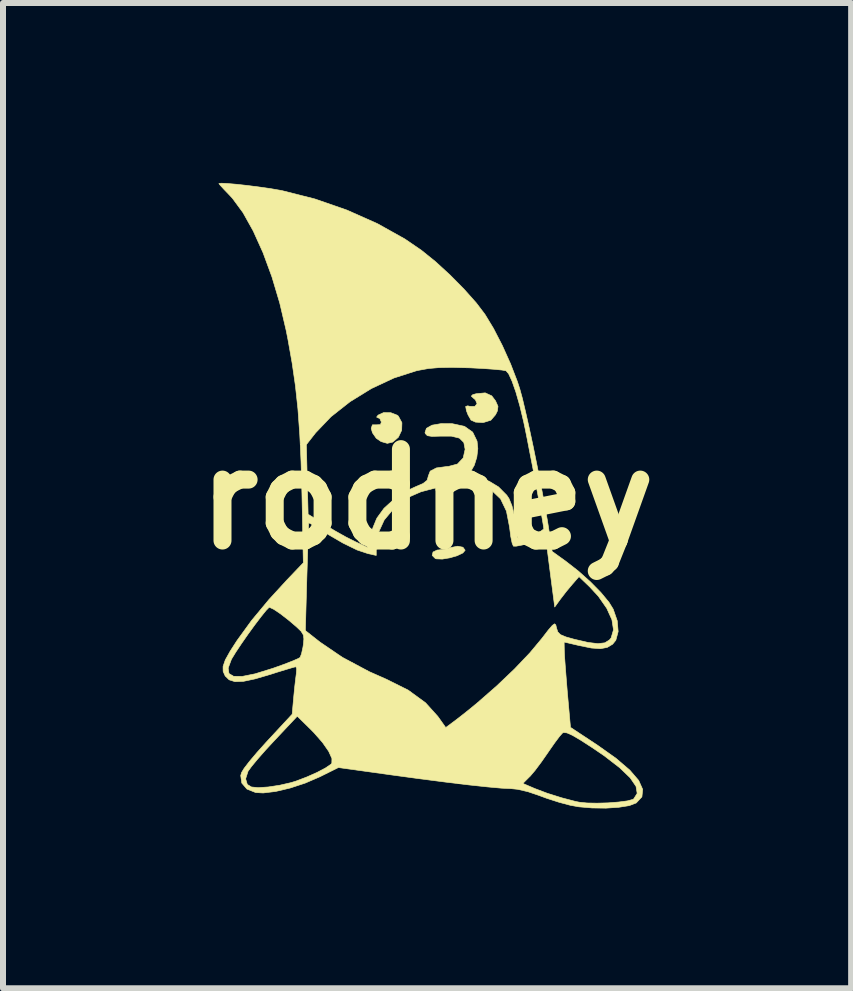
<source format=kicad_pcb>
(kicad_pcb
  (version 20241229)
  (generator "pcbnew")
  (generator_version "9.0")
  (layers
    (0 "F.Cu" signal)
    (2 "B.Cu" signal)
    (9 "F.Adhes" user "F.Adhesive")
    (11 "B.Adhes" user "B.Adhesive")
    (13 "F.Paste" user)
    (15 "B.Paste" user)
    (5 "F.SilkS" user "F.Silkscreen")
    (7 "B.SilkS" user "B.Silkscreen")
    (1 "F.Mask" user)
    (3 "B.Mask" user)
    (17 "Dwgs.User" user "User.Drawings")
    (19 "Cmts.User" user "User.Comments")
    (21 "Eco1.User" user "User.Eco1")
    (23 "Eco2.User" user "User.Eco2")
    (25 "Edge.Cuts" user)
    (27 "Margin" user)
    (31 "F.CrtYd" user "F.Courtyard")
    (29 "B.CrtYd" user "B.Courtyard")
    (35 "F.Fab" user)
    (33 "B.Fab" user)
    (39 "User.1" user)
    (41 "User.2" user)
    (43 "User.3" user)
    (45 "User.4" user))
  (footprint "rodney"
    (layer "F.Cu")
    (at 4.071 5.274)
    (property "Reference" "rodney" (at 0 0 0) (layer "F.SilkS") (effects (font (size 1.524 1.524) (thickness 0.3))))
    (attr through_hole)
    (fp_poly (pts (xy 0.598 0.801) (xy 0.635 0.851) (xy 0.635 0.852) (xy 0.597 0.897) (xy 0.503 0.942) (xy 0.38 0.978) (xy 0.255 0.999) (xy 0.156 0.995) (xy 0.138 0.99) (xy 0.086 0.938) (xy 0.1 0.881) (xy 0.169 0.848) (xy 0.188 0.847) (xy 0.31 0.831) (xy 0.399 0.806) (xy 0.51 0.784) (xy 0.598 0.801)) (stroke (width 0.01) (type solid)) (fill yes) (layer "F.SilkS"))
    (fp_poly (pts (xy -0.603 -1.442) (xy -0.496 -1.4) (xy -0.478 -1.385) (xy -0.419 -1.275) (xy -0.423 -1.149) (xy -0.478 -1.033) (xy -0.572 -0.952) (xy -0.663 -0.931) (xy -0.767 -0.961) (xy -0.847 -1.016) (xy -0.91 -1.107) (xy -0.931 -1.181) (xy -0.911 -1.24) (xy -0.847 -1.24) (xy -0.777 -1.243) (xy -0.762 -1.286) (xy -0.788 -1.346) (xy -0.813 -1.355) (xy -0.841 -1.369) (xy -0.816 -1.402) (xy -0.724 -1.444) (xy -0.603 -1.442)) (stroke (width 0.01) (type solid)) (fill yes) (layer "F.SilkS"))
    (fp_poly (pts (xy 1.079 -1.723) (xy 1.142 -1.64) (xy 1.183 -1.548) (xy 1.174 -1.473) (xy 1.142 -1.408) (xy 1.064 -1.317) (xy 0.945 -1.28) (xy 0.926 -1.278) (xy 0.808 -1.285) (xy 0.733 -1.319) (xy 0.732 -1.321) (xy 0.684 -1.405) (xy 0.657 -1.475) (xy 0.644 -1.546) (xy 0.679 -1.557) (xy 0.712 -1.548) (xy 0.797 -1.547) (xy 0.834 -1.592) (xy 0.806 -1.658) (xy 0.784 -1.676) (xy 0.738 -1.718) (xy 0.761 -1.742) (xy 0.817 -1.758) (xy 0.97 -1.773) (xy 1.079 -1.723)) (stroke (width 0.01) (type solid)) (fill yes) (layer "F.SilkS"))
    (fp_poly (pts (xy -3.328 -5.264) (xy -3.176 -5.251) (xy -2.995 -5.231) (xy -2.802 -5.206) (xy -2.616 -5.18) (xy -2.455 -5.152) (xy -2.413 -5.144) (xy -1.872 -5.007) (xy -1.336 -4.821) (xy -0.828 -4.595) (xy -0.368 -4.338) (xy -0.092 -4.149) (xy 0.141 -3.961) (xy 0.384 -3.738) (xy 0.618 -3.501) (xy 0.822 -3.272) (xy 0.966 -3.082) (xy 1.108 -2.848) (xy 1.255 -2.563) (xy 1.393 -2.256) (xy 1.507 -1.96) (xy 1.546 -1.841) (xy 1.589 -1.684) (xy 1.642 -1.46) (xy 1.704 -1.186) (xy 1.77 -0.879) (xy 1.836 -0.554) (xy 1.9 -0.229) (xy 1.958 0.079) (xy 2.007 0.354) (xy 2.035 0.531) (xy 2.086 0.871) (xy 2.319 1.039) (xy 2.525 1.2) (xy 2.723 1.377) (xy 2.898 1.555) (xy 3.033 1.718) (xy 3.104 1.833) (xy 3.172 2.029) (xy 3.187 2.208) (xy 3.148 2.352) (xy 3.095 2.418) (xy 3.004 2.472) (xy 2.892 2.493) (xy 2.74 2.482) (xy 2.529 2.439) (xy 2.286 2.382) (xy 2.289 2.535) (xy 2.294 2.635) (xy 2.306 2.798) (xy 2.322 3.002) (xy 2.34 3.225) (xy 2.342 3.247) (xy 2.392 3.805) (xy 2.842 4.102) (xy 3.152 4.322) (xy 3.381 4.518) (xy 3.529 4.69) (xy 3.596 4.839) (xy 3.583 4.964) (xy 3.488 5.066) (xy 3.487 5.066) (xy 3.372 5.11) (xy 3.196 5.138) (xy 2.983 5.152) (xy 2.753 5.149) (xy 2.531 5.13) (xy 2.388 5.104) (xy 2.204 5.055) (xy 1.996 4.988) (xy 1.855 4.936) (xy 1.683 4.878) (xy 1.511 4.838) (xy 1.394 4.826) (xy 1.241 4.819) (xy 1.008 4.798) (xy 0.699 4.765) (xy 0.495 4.74) (xy 1.598 4.74) (xy 1.796 4.825) (xy 2.005 4.904) (xy 2.247 4.98) (xy 2.475 5.04) (xy 2.54 5.053) (xy 2.668 5.066) (xy 2.835 5.069) (xy 3.019 5.064) (xy 3.196 5.05) (xy 3.341 5.031) (xy 3.433 5.006) (xy 3.446 4.998) (xy 3.504 4.906) (xy 3.485 4.789) (xy 3.387 4.646) (xy 3.211 4.477) (xy 2.956 4.28) (xy 2.758 4.145) (xy 2.563 4.019) (xy 2.425 3.938) (xy 2.333 3.897) (xy 2.277 3.891) (xy 2.258 3.9) (xy 2.208 3.957) (xy 2.128 4.064) (xy 2.033 4.2) (xy 2.012 4.231) (xy 1.906 4.383) (xy 1.802 4.522) (xy 1.719 4.62) (xy 1.711 4.627) (xy 1.598 4.74) (xy 0.495 4.74) (xy 0.318 4.719) (xy -0.131 4.661) (xy -0.646 4.591) (xy -0.665 4.588) (xy -1.478 4.475) (xy -1.788 4.629) (xy -2.031 4.734) (xy -2.284 4.817) (xy -2.525 4.874) (xy -2.732 4.899) (xy -2.858 4.892) (xy -3.003 4.834) (xy -3.089 4.734) (xy -3.099 4.663) (xy -3.025 4.663) (xy -2.997 4.757) (xy -2.928 4.799) (xy -2.814 4.81) (xy -2.648 4.799) (xy -2.457 4.77) (xy -2.27 4.727) (xy -2.185 4.701) (xy -2.004 4.632) (xy -1.833 4.556) (xy -1.693 4.482) (xy -1.605 4.422) (xy -1.588 4.404) (xy -1.586 4.325) (xy -1.64 4.205) (xy -1.743 4.057) (xy -1.885 3.895) (xy -1.929 3.85) (xy -2.164 3.619) (xy -2.543 4.022) (xy -2.692 4.183) (xy -2.824 4.333) (xy -2.925 4.455) (xy -2.982 4.533) (xy -2.985 4.538) (xy -3.025 4.663) (xy -3.099 4.663) (xy -3.107 4.609) (xy -3.093 4.559) (xy -3.05 4.488) (xy -2.96 4.371) (xy -2.835 4.223) (xy -2.688 4.059) (xy -2.65 4.018) (xy -2.249 3.586) (xy -2.224 3.307) (xy -2.208 3.142) (xy -2.191 2.995) (xy -2.18 2.91) (xy -2.174 2.827) (xy -2.187 2.794) (xy -2.237 2.806) (xy -2.347 2.839) (xy -2.501 2.886) (xy -2.61 2.921) (xy -2.869 2.997) (xy -3.063 3.038) (xy -3.203 3.043) (xy -3.3 3.012) (xy -3.366 2.948) (xy -3.4 2.872) (xy -3.401 2.816) (xy -3.316 2.816) (xy -3.303 2.907) (xy -3.226 2.953) (xy -3.081 2.955) (xy -2.867 2.912) (xy -2.583 2.824) (xy -2.567 2.819) (xy -2.391 2.756) (xy -2.244 2.699) (xy -2.147 2.657) (xy -2.117 2.639) (xy -2.093 2.578) (xy -2.069 2.467) (xy -2.062 2.421) (xy -2.054 2.331) (xy -2.062 2.265) (xy -2.1 2.203) (xy -2.112 2.191) (xy -2.029 2.191) (xy -1.785 2.383) (xy -1.412 2.637) (xy -0.964 2.876) (xy -0.677 3.003) (xy -0.314 3.184) (xy -0.025 3.395) (xy 0.179 3.621) (xy 0.312 3.808) (xy 0.463 3.696) (xy 0.576 3.609) (xy 0.72 3.494) (xy 0.846 3.39) (xy 1.164 3.112) (xy 1.459 2.831) (xy 1.715 2.562) (xy 1.915 2.322) (xy 2.022 2.183) (xy 2.089 2.105) (xy 2.127 2.078) (xy 2.147 2.096) (xy 2.159 2.147) (xy 2.18 2.213) (xy 2.225 2.259) (xy 2.316 2.297) (xy 2.455 2.336) (xy 2.685 2.389) (xy 2.85 2.409) (xy 2.965 2.395) (xy 3.042 2.347) (xy 3.07 2.312) (xy 3.109 2.178) (xy 3.083 2.01) (xy 2.997 1.82) (xy 2.857 1.619) (xy 2.71 1.46) (xy 2.534 1.291) (xy 2.421 1.421) (xy 2.32 1.542) (xy 2.226 1.664) (xy 2.218 1.675) (xy 2.129 1.798) (xy 2.054 1.223) (xy 1.98 0.647) (xy 1.727 0.726) (xy 1.589 0.764) (xy 1.485 0.784) (xy 1.44 0.783) (xy 1.419 0.734) (xy 1.396 0.623) (xy 1.377 0.475) (xy 1.376 0.466) (xy 1.324 0.199) (xy 1.226 -0.005) (xy 1.078 -0.146) (xy 0.876 -0.227) (xy 0.618 -0.251) (xy 0.298 -0.219) (xy 0.162 -0.193) (xy -0.102 -0.123) (xy -0.308 -0.033) (xy -0.484 0.09) (xy -0.543 0.142) (xy -0.714 0.347) (xy -0.817 0.571) (xy -0.847 0.764) (xy -0.847 0.938) (xy -0.984 0.908) (xy -1.167 0.847) (xy -1.402 0.732) (xy -1.682 0.569) (xy -1.735 0.535) (xy -1.854 0.461) (xy -1.94 0.41) (xy -1.973 0.395) (xy -1.975 0.437) (xy -1.98 0.552) (xy -1.986 0.726) (xy -1.993 0.948) (xy -2.001 1.205) (xy -2.004 1.297) (xy -2.029 2.191) (xy -2.112 2.191) (xy -2.18 2.126) (xy -2.312 2.014) (xy -2.317 2.01) (xy -2.448 1.909) (xy -2.555 1.837) (xy -2.623 1.805) (xy -2.635 1.805) (xy -2.684 1.855) (xy -2.767 1.958) (xy -2.872 2.096) (xy -2.986 2.253) (xy -3.096 2.411) (xy -3.19 2.552) (xy -3.256 2.66) (xy -3.265 2.678) (xy -3.316 2.816) (xy -3.401 2.816) (xy -3.401 2.788) (xy -3.364 2.68) (xy -3.283 2.535) (xy -3.169 2.358) (xy -2.926 2.023) (xy -2.636 1.674) (xy -2.334 1.345) (xy -2.063 1.061) (xy -2.086 -0.094) (xy -2.101 -0.623) (xy -2.114 -0.91) (xy -2.012 -0.91) (xy -1.998 -0.33) (xy -1.983 0.251) (xy -1.704 0.427) (xy -1.532 0.53) (xy -1.354 0.63) (xy -1.209 0.703) (xy -0.995 0.803) (xy -0.949 0.624) (xy -0.902 0.474) (xy -0.844 0.333) (xy -0.833 0.311) (xy -0.718 0.153) (xy -0.547 -0.003) (xy -0.346 -0.136) (xy -0.195 -0.206) (xy -0.065 -0.262) (xy 0.001 -0.315) (xy 0.02 -0.379) (xy 0.02 -0.384) (xy 0.053 -0.468) (xy 0.155 -0.521) (xy 0.331 -0.545) (xy 0.356 -0.546) (xy 0.507 -0.586) (xy 0.603 -0.688) (xy 0.635 -0.831) (xy 0.613 -0.946) (xy 0.54 -1.018) (xy 0.406 -1.051) (xy 0.22 -1.051) (xy 0.081 -1.047) (xy 0.005 -1.059) (xy -0.028 -1.093) (xy -0.034 -1.111) (xy -0.01 -1.182) (xy 0.083 -1.234) (xy 0.233 -1.26) (xy 0.42 -1.259) (xy 0.624 -1.215) (xy 0.761 -1.118) (xy 0.834 -0.968) (xy 0.847 -0.842) (xy 0.83 -0.7) (xy 0.788 -0.566) (xy 0.73 -0.465) (xy 0.669 -0.423) (xy 0.666 -0.423) (xy 0.646 -0.407) (xy 0.677 -0.381) (xy 0.764 -0.351) (xy 0.872 -0.339) (xy 1.031 -0.302) (xy 1.192 -0.205) (xy 1.329 -0.067) (xy 1.367 -0.01) (xy 1.416 0.11) (xy 1.455 0.271) (xy 1.471 0.382) (xy 1.487 0.52) (xy 1.505 0.618) (xy 1.519 0.653) (xy 1.578 0.652) (xy 1.679 0.625) (xy 1.793 0.584) (xy 1.891 0.538) (xy 1.944 0.499) (xy 1.947 0.491) (xy 1.939 0.436) (xy 1.918 0.312) (xy 1.887 0.136) (xy 1.847 -0.078) (xy 1.803 -0.314) (xy 1.757 -0.557) (xy 1.711 -0.792) (xy 1.67 -1.004) (xy 1.635 -1.178) (xy 1.611 -1.291) (xy 1.547 -1.557) (xy 1.481 -1.787) (xy 1.417 -1.969) (xy 1.36 -2.092) (xy 1.317 -2.141) (xy 1.251 -2.153) (xy 1.118 -2.166) (xy 0.937 -2.179) (xy 0.726 -2.19) (xy 0.687 -2.191) (xy 0.414 -2.198) (xy 0.201 -2.194) (xy 0.024 -2.179) (xy -0.141 -2.149) (xy -0.181 -2.14) (xy -0.552 -2.021) (xy -0.928 -1.845) (xy -1.285 -1.625) (xy -1.602 -1.375) (xy -1.857 -1.108) (xy -1.868 -1.094) (xy -2.012 -0.91) (xy -2.114 -0.91) (xy -2.123 -1.087) (xy -2.153 -1.503) (xy -2.195 -1.892) (xy -2.25 -2.272) (xy -2.319 -2.661) (xy -2.35 -2.818) (xy -2.456 -3.27) (xy -2.586 -3.706) (xy -2.735 -4.111) (xy -2.898 -4.472) (xy -3.069 -4.778) (xy -3.243 -5.015) (xy -3.287 -5.063) (xy -3.383 -5.163) (xy -3.449 -5.235) (xy -3.471 -5.263) (xy -3.432 -5.269) (xy -3.328 -5.264)) (stroke (width 0.01) (type solid)) (fill yes) (layer "F.SilkS")))
  (gr_rect
    (start -3 -3)
    (end 11.143 13.43)
    (stroke (width 0.1) (type default))
    (fill no)
    (layer "Edge.Cuts")))
</source>
